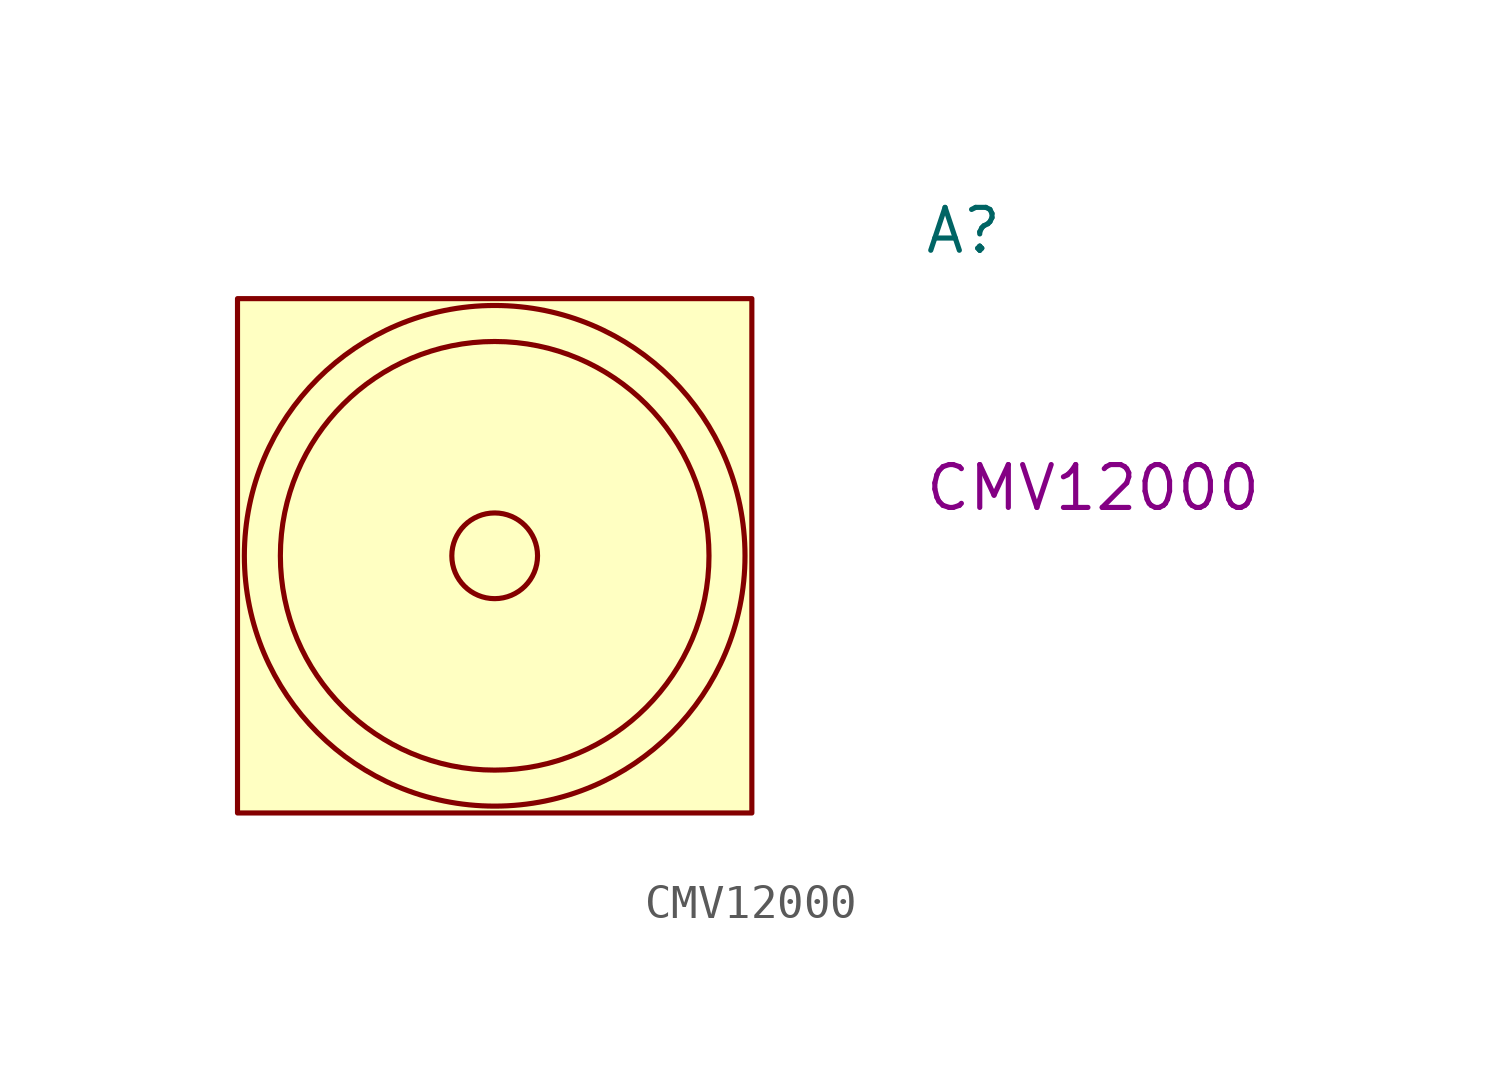
<source format=kicad_sym>
(kicad_symbol_lib
  (version 20220914)
  (generator kicad_symbol_editor)
  (symbol "CMV12000"
    (pin_names
      (offset 1.016))
    (property "Reference" "A"
      (at 12.7 8.89 0)
      (effects (font (size 1.27 1.27)) (justify left bottom)))
    (property "MPN" "CMV12000"
      (at 12.7 1.27 0)
      (effects (font (size 1.27 1.27)) (justify left bottom)))
    (symbol "CMV12000_0_1"
      (rectangle (start -7.62 7.62) (end 7.62 -7.62) (stroke (width 0) (type default)) (fill (type background)))
      (circle (center 0 0) (radius 1.27) (stroke (width 0) (type default)) (fill (type none)))
      (circle (center 0 0) (radius 6.35) (stroke (width 0) (type default)) (fill (type none)))
      (circle (center 0 0) (radius 7.417) (stroke (width 0) (type default)) (fill (type none))))))
</source>
